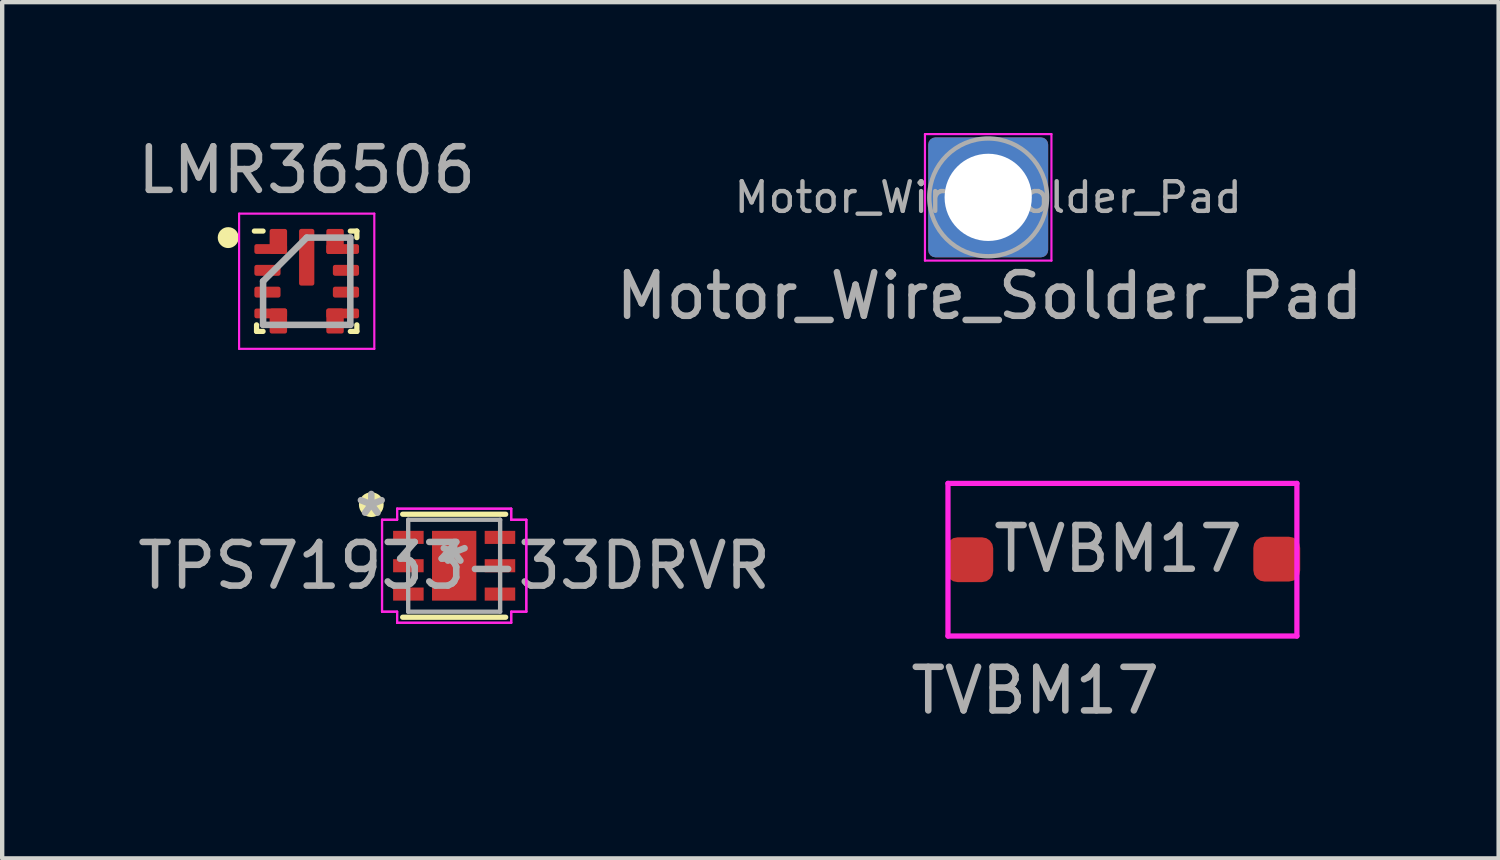
<source format=kicad_pcb>
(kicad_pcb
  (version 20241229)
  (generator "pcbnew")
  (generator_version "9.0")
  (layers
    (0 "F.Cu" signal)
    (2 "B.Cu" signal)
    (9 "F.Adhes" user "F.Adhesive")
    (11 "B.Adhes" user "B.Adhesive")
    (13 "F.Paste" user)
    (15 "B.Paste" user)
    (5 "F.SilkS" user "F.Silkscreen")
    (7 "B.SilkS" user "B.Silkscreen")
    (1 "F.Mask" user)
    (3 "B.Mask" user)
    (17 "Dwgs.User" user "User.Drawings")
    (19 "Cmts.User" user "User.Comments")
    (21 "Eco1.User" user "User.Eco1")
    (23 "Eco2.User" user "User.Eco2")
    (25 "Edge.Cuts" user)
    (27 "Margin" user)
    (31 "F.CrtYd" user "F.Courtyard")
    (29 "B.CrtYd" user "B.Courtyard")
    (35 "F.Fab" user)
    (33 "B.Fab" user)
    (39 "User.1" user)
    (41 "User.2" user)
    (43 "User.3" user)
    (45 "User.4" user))
  (footprint "TVBM17"
    (layer "F.Cu")
    (at 22.685 9.783)
    (property "Reference" "TVBM17" (at -0.1 -0.25 0) (unlocked yes) (layer "F.Fab") (effects (font (size 1 1) (thickness 0.15))))
    (attr smd)
    (fp_line (start -4 -1.75) (end 4 -1.75) (stroke (width 0.12) (type solid)) (layer "F.CrtYd"))
    (fp_line (start -4 1.75) (end -4 -1.75) (stroke (width 0.12) (type solid)) (layer "F.CrtYd"))
    (fp_line (start 4 -1.75) (end 4 1.75) (stroke (width 0.12) (type solid)) (layer "F.CrtYd"))
    (fp_line (start 4 1.75) (end -4 1.75) (stroke (width 0.12) (type solid)) (layer "F.CrtYd"))
    (fp_text user "${REFERENCE}" (at -2 3 0) (unlocked yes) (layer "F.Fab") (effects (font (size 1 1) (thickness 0.15))))
    (pad "1" smd roundrect (at -3.5 0) (size 1.075 1.027) (layers "F.Cu" "F.Mask" "F.Paste") (roundrect_rratio 0.25))
    (pad "2" smd roundrect (at 3.538 -0.013) (size 1.075 1.027) (layers "F.Cu" "F.Mask" "F.Paste") (roundrect_rratio 0.25)))
  (footprint "LMR36506"
    (layer "F.Cu")
    (at 3.982 3.398)
    (property "Reference" "LMR36506" (at 0 -2.55 180) (layer "F.Fab") (effects (font (size 1 1) (thickness 0.15))))
    (attr smd)
    (fp_line (start -1.15 1.15) (end -1.15 1) (stroke (width 0.12) (type solid)) (layer "F.SilkS"))
    (fp_line (start -1 -1.15) (end -1.2 -1.15) (stroke (width 0.12) (type solid)) (layer "F.SilkS"))
    (fp_line (start -1 1.15) (end -1.15 1.15) (stroke (width 0.12) (type solid)) (layer "F.SilkS"))
    (fp_line (start 1 -1.15) (end 1.15 -1.15) (stroke (width 0.12) (type solid)) (layer "F.SilkS"))
    (fp_line (start 1 1.15) (end 1.15 1.15) (stroke (width 0.12) (type solid)) (layer "F.SilkS"))
    (fp_line (start 1.15 -1.15) (end 1.15 -1) (stroke (width 0.12) (type solid)) (layer "F.SilkS"))
    (fp_line (start 1.15 1.15) (end 1.15 1) (stroke (width 0.12) (type solid)) (layer "F.SilkS"))
    (fp_circle (center -1.8 -1) (end -1.62 -1) (stroke (width 0.12) (type solid)) (fill yes) (layer "F.SilkS"))
    (fp_poly (pts (xy 0.15 -0.675) (xy -0.15 -0.675) (xy -0.15 -1.175) (xy 0.15 -1.175)) (stroke (width 0.05) (type solid)) (fill yes) (layer "F.Paste"))
    (fp_poly (pts (xy 0.15 0.075) (xy -0.15 0.075) (xy -0.15 -0.425) (xy 0.15 -0.425)) (stroke (width 0.05) (type solid)) (fill yes) (layer "F.Paste"))
    (fp_line (start -1.55 -1.55) (end 1.55 -1.55) (stroke (width 0.05) (type solid)) (layer "F.CrtYd"))
    (fp_line (start -1.55 1.55) (end -1.55 -1.55) (stroke (width 0.05) (type solid)) (layer "F.CrtYd"))
    (fp_line (start 1.55 -1.55) (end 1.55 1.55) (stroke (width 0.05) (type solid)) (layer "F.CrtYd"))
    (fp_line (start 1.55 1.55) (end -1.55 1.55) (stroke (width 0.05) (type solid)) (layer "F.CrtYd"))
    (fp_line (start -1 0) (end -1 1) (stroke (width 0.15) (type solid)) (layer "F.Fab"))
    (fp_line (start -1 1) (end 1 1) (stroke (width 0.15) (type solid)) (layer "F.Fab"))
    (fp_line (start 0 -1) (end -1 0) (stroke (width 0.15) (type solid)) (layer "F.Fab"))
    (fp_line (start 1 -1) (end 0 -1) (stroke (width 0.15) (type solid)) (layer "F.Fab"))
    (fp_line (start 1 1) (end 1 -1) (stroke (width 0.15) (type solid)) (layer "F.Fab"))
    (pad "1" smd roundrect (at -0.825 -0.738 90) (size 0.225 0.75) (layers "F.Cu" "F.Mask" "F.Paste") (roundrect_rratio 0.222))
    (pad "1" smd roundrect (at -0.65 -0.912 180) (size 0.4 0.575) (layers "F.Cu" "F.Mask" "F.Paste") (roundrect_rratio 0.125))
    (pad "2" smd roundrect (at -0.9 -0.25 90) (size 0.25 0.6) (layers "F.Cu" "F.Mask" "F.Paste") (roundrect_rratio 0.2))
    (pad "3" smd roundrect (at -0.9 0.25 90) (size 0.25 0.6) (layers "F.Cu" "F.Mask" "F.Paste") (roundrect_rratio 0.2))
    (pad "4" smd roundrect (at -0.825 0.738 90) (size 0.225 0.75) (layers "F.Cu" "F.Mask" "F.Paste") (roundrect_rratio 0.222))
    (pad "4" smd roundrect (at -0.65 0.912) (size 0.4 0.575) (layers "F.Cu" "F.Mask" "F.Paste") (roundrect_rratio 0.125))
    (pad "5" smd roundrect (at 0.65 0.912) (size 0.4 0.575) (layers "F.Cu" "F.Mask" "F.Paste") (roundrect_rratio 0.125))
    (pad "5" smd roundrect (at 0.825 0.738 90) (size 0.225 0.75) (layers "F.Cu" "F.Mask" "F.Paste") (roundrect_rratio 0.222))
    (pad "6" smd roundrect (at 0.9 0.25 90) (size 0.25 0.6) (layers "F.Cu" "F.Mask" "F.Paste") (roundrect_rratio 0.2))
    (pad "7" smd roundrect (at 0.9 -0.25 90) (size 0.25 0.6) (layers "F.Cu" "F.Mask" "F.Paste") (roundrect_rratio 0.2))
    (pad "8" smd roundrect (at 0.65 -0.912 180) (size 0.4 0.575) (layers "F.Cu" "F.Mask" "F.Paste") (roundrect_rratio 0.125))
    (pad "8" smd roundrect (at 0.825 -0.738 90) (size 0.225 0.75) (layers "F.Cu" "F.Mask" "F.Paste") (roundrect_rratio 0.222))
    (pad "9" smd roundrect (at 0 -0.55) (size 0.35 1.3) (layers "F.Cu" "F.Mask" "F.Paste") (roundrect_rratio 0.143)))
  (footprint "Motor_Wire_Solder_Pad"
    (layer "F.Cu")
    (at 19.607 1.475)
    (property "Reference" "Motor_Wire_Solder_Pad" (at 0.03 2.26 0) (layer "F.Fab") (effects (font (size 1 1) (thickness 0.15))))
    (attr exclude_from_pos_files)
    (fp_line (start -1.45 -1.45) (end -1.45 1.45) (stroke (width 0.05) (type solid)) (layer "F.CrtYd"))
    (fp_line (start -1.45 1.45) (end 1.45 1.45) (stroke (width 0.05) (type solid)) (layer "F.CrtYd"))
    (fp_line (start 1.45 -1.45) (end -1.45 -1.45) (stroke (width 0.05) (type solid)) (layer "F.CrtYd"))
    (fp_line (start 1.45 1.45) (end 1.45 -1.45) (stroke (width 0.05) (type solid)) (layer "F.CrtYd"))
    (fp_circle (center 0 0) (end 1.35 0) (stroke (width 0.1) (type solid)) (fill no) (layer "F.Fab"))
    (fp_text user "${REFERENCE}" (at 0 0 0) (layer "F.Fab") (effects (font (size 0.68 0.68) (thickness 0.1))))
    (pad "1" thru_hole roundrect (at 0 0) (size 2.75 2.75) (drill 2) (layers "*.Cu" "*.Mask") (roundrect_rratio 0.06)))
  (footprint "TPS71933-33DRVR"
    (layer "F.Cu")
    (at 7.363 9.921)
    (property "Reference" "TPS71933-33DRVR" (at 0 0 0) (layer "F.Fab") (effects (font (size 1 1) (thickness 0.15))))
    (attr through_hole)
    (fp_poly (pts (xy -0.572 -0.864) (xy -0.2 -0.864) (xy -0.2 0.864) (xy -0.572 0.864)) (stroke (width 0.1) (type solid)) (fill yes) (layer "F.Mask"))
    (fp_poly (pts (xy -0.572 -0.864) (xy 0.572 -0.864) (xy 0.572 -0.594) (xy -0.572 -0.594)) (stroke (width 0.1) (type solid)) (fill yes) (layer "F.Mask"))
    (fp_poly (pts (xy -0.572 -0.194) (xy 0.572 -0.194) (xy 0.572 0.194) (xy -0.572 0.194)) (stroke (width 0.1) (type solid)) (fill yes) (layer "F.Mask"))
    (fp_poly (pts (xy -0.572 0.594) (xy 0.572 0.594) (xy 0.572 0.864) (xy -0.572 0.864)) (stroke (width 0.1) (type solid)) (fill yes) (layer "F.Mask"))
    (fp_poly (pts (xy 0.2 -0.864) (xy 0.572 -0.864) (xy 0.572 0.864) (xy 0.2 0.864)) (stroke (width 0.1) (type solid)) (fill yes) (layer "F.Mask"))
    (fp_line (start -1.181 1.181) (end 1.181 1.181) (stroke (width 0.12) (type solid)) (layer "F.SilkS"))
    (fp_line (start 1.181 -1.181) (end -1.181 -1.181) (stroke (width 0.12) (type solid)) (layer "F.SilkS"))
    (fp_circle (center -1.9 -1.4) (end -1.676 -1.4) (stroke (width 0.12) (type solid)) (fill yes) (layer "F.SilkS"))
    (fp_poly (pts (xy -0.433 -0.725) (xy -0.433 -0.494) (xy -0.241 -0.494) (xy -0.1 -0.635) (xy -0.1 -0.725)) (stroke (width 0.1) (type solid)) (fill yes) (layer "F.Paste"))
    (fp_poly (pts (xy -0.433 0.494) (xy -0.433 0.725) (xy -0.1 0.725) (xy -0.1 0.635) (xy -0.241 0.494)) (stroke (width 0.1) (type solid)) (fill yes) (layer "F.Paste"))
    (fp_poly (pts (xy 0.1 -0.725) (xy 0.1 -0.635) (xy 0.241 -0.494) (xy 0.433 -0.494) (xy 0.433 -0.725)) (stroke (width 0.1) (type solid)) (fill yes) (layer "F.Paste"))
    (fp_poly (pts (xy 0.241 0.494) (xy 0.1 0.635) (xy 0.1 0.725) (xy 0.433 0.725) (xy 0.433 0.494)) (stroke (width 0.1) (type solid)) (fill yes) (layer "F.Paste"))
    (fp_poly (pts (xy -0.433 -0.294) (xy -0.433 0.294) (xy -0.241 0.294) (xy -0.1 0.152) (xy -0.1 -0.152) (xy -0.241 -0.294)) (stroke (width 0.1) (type solid)) (fill yes) (layer "F.Paste"))
    (fp_poly (pts (xy 0.241 -0.294) (xy 0.1 -0.152) (xy 0.1 0.152) (xy 0.241 0.294) (xy 0.433 0.294) (xy 0.433 -0.294)) (stroke (width 0.1) (type solid)) (fill yes) (layer "F.Paste"))
    (fp_circle (center 0 -0.394) (end 0.191 -0.394) (stroke (width 0.152) (type solid)) (fill no) (layer "Eco1.User"))
    (fp_circle (center 0 0.394) (end 0.191 0.394) (stroke (width 0.152) (type solid)) (fill no) (layer "Eco1.User"))
    (fp_line (start -1.654 -1.054) (end -1.308 -1.054) (stroke (width 0.05) (type solid)) (layer "F.CrtYd"))
    (fp_line (start -1.654 -1.054) (end -1.308 -1.054) (stroke (width 0.05) (type solid)) (layer "F.CrtYd"))
    (fp_line (start -1.654 1.054) (end -1.654 -1.054) (stroke (width 0.05) (type solid)) (layer "F.CrtYd"))
    (fp_line (start -1.654 1.054) (end -1.654 -1.054) (stroke (width 0.05) (type solid)) (layer "F.CrtYd"))
    (fp_line (start -1.654 1.054) (end -1.308 1.054) (stroke (width 0.05) (type solid)) (layer "F.CrtYd"))
    (fp_line (start -1.308 -1.308) (end 1.308 -1.308) (stroke (width 0.05) (type solid)) (layer "F.CrtYd"))
    (fp_line (start -1.308 -1.308) (end 1.308 -1.308) (stroke (width 0.05) (type solid)) (layer "F.CrtYd"))
    (fp_line (start -1.308 -1.054) (end -1.308 -1.308) (stroke (width 0.05) (type solid)) (layer "F.CrtYd"))
    (fp_line (start -1.308 -1.054) (end -1.308 -1.308) (stroke (width 0.05) (type solid)) (layer "F.CrtYd"))
    (fp_line (start -1.308 1.054) (end -1.654 1.054) (stroke (width 0.05) (type solid)) (layer "F.CrtYd"))
    (fp_line (start -1.308 1.308) (end -1.308 1.054) (stroke (width 0.05) (type solid)) (layer "F.CrtYd"))
    (fp_line (start -1.308 1.308) (end -1.308 1.054) (stroke (width 0.05) (type solid)) (layer "F.CrtYd"))
    (fp_line (start 1.308 -1.308) (end 1.308 -1.054) (stroke (width 0.05) (type solid)) (layer "F.CrtYd"))
    (fp_line (start 1.308 -1.308) (end 1.308 -1.054) (stroke (width 0.05) (type solid)) (layer "F.CrtYd"))
    (fp_line (start 1.308 -1.054) (end 1.654 -1.054) (stroke (width 0.05) (type solid)) (layer "F.CrtYd"))
    (fp_line (start 1.308 1.054) (end 1.308 1.308) (stroke (width 0.05) (type solid)) (layer "F.CrtYd"))
    (fp_line (start 1.308 1.054) (end 1.308 1.308) (stroke (width 0.05) (type solid)) (layer "F.CrtYd"))
    (fp_line (start 1.308 1.308) (end -1.308 1.308) (stroke (width 0.05) (type solid)) (layer "F.CrtYd"))
    (fp_line (start 1.308 1.308) (end -1.308 1.308) (stroke (width 0.05) (type solid)) (layer "F.CrtYd"))
    (fp_line (start 1.654 -1.054) (end 1.308 -1.054) (stroke (width 0.05) (type solid)) (layer "F.CrtYd"))
    (fp_line (start 1.654 -1.054) (end 1.654 1.054) (stroke (width 0.05) (type solid)) (layer "F.CrtYd"))
    (fp_line (start 1.654 -1.054) (end 1.654 1.054) (stroke (width 0.05) (type solid)) (layer "F.CrtYd"))
    (fp_line (start 1.654 1.054) (end 1.308 1.054) (stroke (width 0.05) (type solid)) (layer "F.CrtYd"))
    (fp_line (start 1.654 1.054) (end 1.308 1.054) (stroke (width 0.05) (type solid)) (layer "F.CrtYd"))
    (fp_line (start -1.054 -1.054) (end -1.054 1.054) (stroke (width 0.1) (type solid)) (layer "F.Fab"))
    (fp_line (start -1.054 1.054) (end 1.054 1.054) (stroke (width 0.1) (type solid)) (layer "F.Fab"))
    (fp_line (start 1.054 -1.054) (end -1.054 -1.054) (stroke (width 0.1) (type solid)) (layer "F.Fab"))
    (fp_line (start 1.054 1.054) (end 1.054 -1.054) (stroke (width 0.1) (type solid)) (layer "F.Fab"))
    (fp_text user "*" (at 0 0 0) (layer "F.Fab") (effects (font (size 1 1) (thickness 0.15))))
    (fp_text user "*" (at -1.9 -1.1 0) (layer "F.Fab") (effects (font (size 1 1) (thickness 0.15))))
    (pad "1" smd rect (at -1.05 -0.65) (size 0.7 0.3) (layers "F.Cu" "F.Mask" "F.Paste"))
    (pad "2" smd rect (at -1.05 0) (size 0.7 0.3) (layers "F.Cu" "F.Mask" "F.Paste"))
    (pad "3" smd rect (at -1.05 0.65) (size 0.7 0.3) (layers "F.Cu" "F.Mask" "F.Paste"))
    (pad "4" smd rect (at 1.05 0.65) (size 0.7 0.3) (layers "F.Cu" "F.Mask" "F.Paste"))
    (pad "5" smd rect (at 1.05 0) (size 0.7 0.3) (layers "F.Cu" "F.Mask" "F.Paste"))
    (pad "6" smd rect (at 1.05 -0.65) (size 0.7 0.3) (layers "F.Cu" "F.Mask" "F.Paste"))
    (pad "7" smd rect (at 0 0) (size 1.016 1.6) (layers "F.Cu")))
  (gr_rect
    (start -3 -3)
    (end 31.31 16.631)
    (stroke (width 0.1) (type default))
    (fill no)
    (layer "Edge.Cuts")))
</source>
